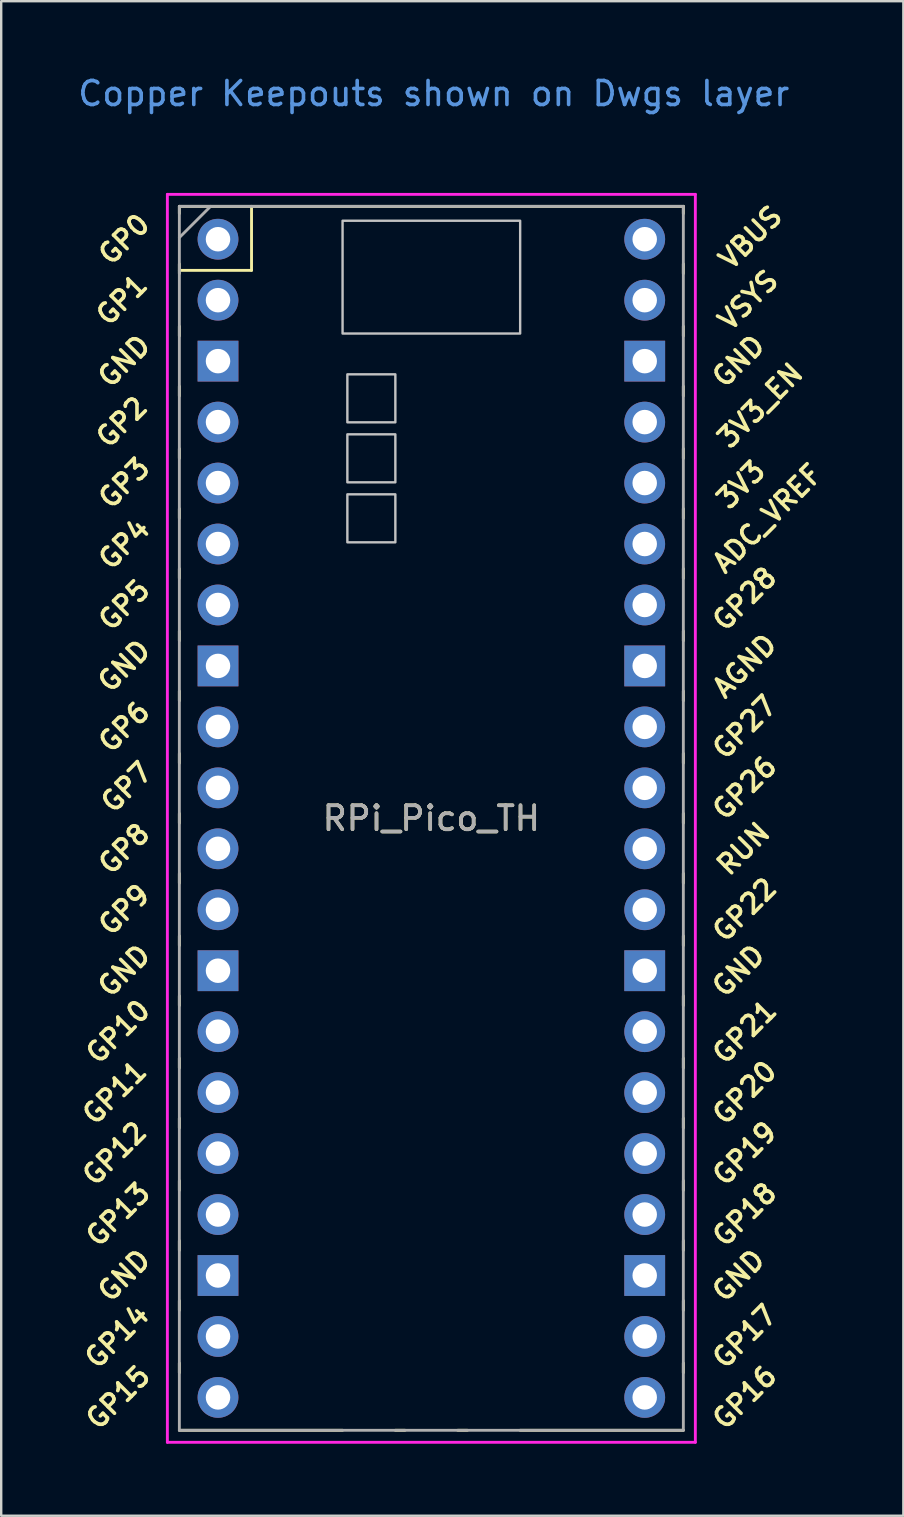
<source format=kicad_pcb>
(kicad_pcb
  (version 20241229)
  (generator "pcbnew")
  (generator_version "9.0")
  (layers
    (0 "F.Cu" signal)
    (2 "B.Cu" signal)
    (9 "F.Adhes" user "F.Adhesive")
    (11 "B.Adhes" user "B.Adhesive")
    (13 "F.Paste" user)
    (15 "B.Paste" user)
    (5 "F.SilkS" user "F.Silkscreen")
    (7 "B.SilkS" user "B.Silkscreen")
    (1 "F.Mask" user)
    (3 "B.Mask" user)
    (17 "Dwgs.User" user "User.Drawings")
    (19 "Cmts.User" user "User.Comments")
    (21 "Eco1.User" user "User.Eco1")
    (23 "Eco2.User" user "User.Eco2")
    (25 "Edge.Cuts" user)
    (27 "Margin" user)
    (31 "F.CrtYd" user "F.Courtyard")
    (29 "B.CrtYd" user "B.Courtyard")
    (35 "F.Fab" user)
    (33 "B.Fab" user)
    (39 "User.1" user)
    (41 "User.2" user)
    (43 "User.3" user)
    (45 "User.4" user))
  (footprint "RPi_Pico_TH"
    (layer "F.Cu")
    (at 14.924 31.048)
    (property "Reference" "RPi_Pico_TH" (at 0 0 0) (layer "F.SilkS") (effects (font (size 1 1) (thickness 0.15))))
    (attr through_hole)
    (fp_line (start -10.5 -25.5) (end -10.5 -25.2) (stroke (width 0.12) (type solid)) (layer "F.SilkS"))
    (fp_line (start -10.5 -25.5) (end 10.5 -25.5) (stroke (width 0.12) (type solid)) (layer "F.SilkS"))
    (fp_line (start -10.5 -23.1) (end -10.5 -22.7) (stroke (width 0.12) (type solid)) (layer "F.SilkS"))
    (fp_line (start -10.5 -22.833) (end -7.493 -22.833) (stroke (width 0.12) (type solid)) (layer "F.SilkS"))
    (fp_line (start -10.5 -20.5) (end -10.5 -20.1) (stroke (width 0.12) (type solid)) (layer "F.SilkS"))
    (fp_line (start -10.5 -18) (end -10.5 -17.6) (stroke (width 0.12) (type solid)) (layer "F.SilkS"))
    (fp_line (start -10.5 -15.4) (end -10.5 -15) (stroke (width 0.12) (type solid)) (layer "F.SilkS"))
    (fp_line (start -10.5 -12.9) (end -10.5 -12.5) (stroke (width 0.12) (type solid)) (layer "F.SilkS"))
    (fp_line (start -10.5 -10.4) (end -10.5 -10) (stroke (width 0.12) (type solid)) (layer "F.SilkS"))
    (fp_line (start -10.5 -7.8) (end -10.5 -7.4) (stroke (width 0.12) (type solid)) (layer "F.SilkS"))
    (fp_line (start -10.5 -5.3) (end -10.5 -4.9) (stroke (width 0.12) (type solid)) (layer "F.SilkS"))
    (fp_line (start -10.5 -2.7) (end -10.5 -2.3) (stroke (width 0.12) (type solid)) (layer "F.SilkS"))
    (fp_line (start -10.5 -0.2) (end -10.5 0.2) (stroke (width 0.12) (type solid)) (layer "F.SilkS"))
    (fp_line (start -10.5 2.3) (end -10.5 2.7) (stroke (width 0.12) (type solid)) (layer "F.SilkS"))
    (fp_line (start -10.5 4.9) (end -10.5 5.3) (stroke (width 0.12) (type solid)) (layer "F.SilkS"))
    (fp_line (start -10.5 7.4) (end -10.5 7.8) (stroke (width 0.12) (type solid)) (layer "F.SilkS"))
    (fp_line (start -10.5 10) (end -10.5 10.4) (stroke (width 0.12) (type solid)) (layer "F.SilkS"))
    (fp_line (start -10.5 12.5) (end -10.5 12.9) (stroke (width 0.12) (type solid)) (layer "F.SilkS"))
    (fp_line (start -10.5 15.1) (end -10.5 15.5) (stroke (width 0.12) (type solid)) (layer "F.SilkS"))
    (fp_line (start -10.5 17.6) (end -10.5 18) (stroke (width 0.12) (type solid)) (layer "F.SilkS"))
    (fp_line (start -10.5 20.1) (end -10.5 20.5) (stroke (width 0.12) (type solid)) (layer "F.SilkS"))
    (fp_line (start -10.5 22.7) (end -10.5 23.1) (stroke (width 0.12) (type solid)) (layer "F.SilkS"))
    (fp_line (start -7.493 -22.833) (end -7.493 -25.5) (stroke (width 0.12) (type solid)) (layer "F.SilkS"))
    (fp_line (start -3.7 25.5) (end -10.5 25.5) (stroke (width 0.12) (type solid)) (layer "F.SilkS"))
    (fp_line (start -1.5 25.5) (end -1.1 25.5) (stroke (width 0.12) (type solid)) (layer "F.SilkS"))
    (fp_line (start 1.1 25.5) (end 1.5 25.5) (stroke (width 0.12) (type solid)) (layer "F.SilkS"))
    (fp_line (start 10.5 -25.5) (end 10.5 -25.2) (stroke (width 0.12) (type solid)) (layer "F.SilkS"))
    (fp_line (start 10.5 -23.1) (end 10.5 -22.7) (stroke (width 0.12) (type solid)) (layer "F.SilkS"))
    (fp_line (start 10.5 -20.5) (end 10.5 -20.1) (stroke (width 0.12) (type solid)) (layer "F.SilkS"))
    (fp_line (start 10.5 -18) (end 10.5 -17.6) (stroke (width 0.12) (type solid)) (layer "F.SilkS"))
    (fp_line (start 10.5 -15.4) (end 10.5 -15) (stroke (width 0.12) (type solid)) (layer "F.SilkS"))
    (fp_line (start 10.5 -12.9) (end 10.5 -12.5) (stroke (width 0.12) (type solid)) (layer "F.SilkS"))
    (fp_line (start 10.5 -10.4) (end 10.5 -10) (stroke (width 0.12) (type solid)) (layer "F.SilkS"))
    (fp_line (start 10.5 -7.8) (end 10.5 -7.4) (stroke (width 0.12) (type solid)) (layer "F.SilkS"))
    (fp_line (start 10.5 -5.3) (end 10.5 -4.9) (stroke (width 0.12) (type solid)) (layer "F.SilkS"))
    (fp_line (start 10.5 -2.7) (end 10.5 -2.3) (stroke (width 0.12) (type solid)) (layer "F.SilkS"))
    (fp_line (start 10.5 -0.2) (end 10.5 0.2) (stroke (width 0.12) (type solid)) (layer "F.SilkS"))
    (fp_line (start 10.5 2.3) (end 10.5 2.7) (stroke (width 0.12) (type solid)) (layer "F.SilkS"))
    (fp_line (start 10.5 4.9) (end 10.5 5.3) (stroke (width 0.12) (type solid)) (layer "F.SilkS"))
    (fp_line (start 10.5 7.4) (end 10.5 7.8) (stroke (width 0.12) (type solid)) (layer "F.SilkS"))
    (fp_line (start 10.5 10) (end 10.5 10.4) (stroke (width 0.12) (type solid)) (layer "F.SilkS"))
    (fp_line (start 10.5 12.5) (end 10.5 12.9) (stroke (width 0.12) (type solid)) (layer "F.SilkS"))
    (fp_line (start 10.5 15.1) (end 10.5 15.5) (stroke (width 0.12) (type solid)) (layer "F.SilkS"))
    (fp_line (start 10.5 17.6) (end 10.5 18) (stroke (width 0.12) (type solid)) (layer "F.SilkS"))
    (fp_line (start 10.5 20.1) (end 10.5 20.5) (stroke (width 0.12) (type solid)) (layer "F.SilkS"))
    (fp_line (start 10.5 22.7) (end 10.5 23.1) (stroke (width 0.12) (type solid)) (layer "F.SilkS"))
    (fp_line (start 10.5 25.5) (end 3.7 25.5) (stroke (width 0.12) (type solid)) (layer "F.SilkS"))
    (fp_poly (pts (xy -1.5 -16.5) (xy -3.5 -16.5) (xy -3.5 -18.5) (xy -1.5 -18.5)) (stroke (width 0.1) (type solid)) (fill no) (layer "Dwgs.User"))
    (fp_poly (pts (xy -1.5 -14) (xy -3.5 -14) (xy -3.5 -16) (xy -1.5 -16)) (stroke (width 0.1) (type solid)) (fill no) (layer "Dwgs.User"))
    (fp_poly (pts (xy -1.5 -11.5) (xy -3.5 -11.5) (xy -3.5 -13.5) (xy -1.5 -13.5)) (stroke (width 0.1) (type solid)) (fill no) (layer "Dwgs.User"))
    (fp_poly (pts (xy 3.7 -20.2) (xy -3.7 -20.2) (xy -3.7 -24.9) (xy 3.7 -24.9)) (stroke (width 0.1) (type solid)) (fill no) (layer "Dwgs.User"))
    (fp_line (start -11 -26) (end 11 -26) (stroke (width 0.12) (type solid)) (layer "F.CrtYd"))
    (fp_line (start -11 26) (end -11 -26) (stroke (width 0.12) (type solid)) (layer "F.CrtYd"))
    (fp_line (start 11 -26) (end 11 26) (stroke (width 0.12) (type solid)) (layer "F.CrtYd"))
    (fp_line (start 11 26) (end -11 26) (stroke (width 0.12) (type solid)) (layer "F.CrtYd"))
    (fp_line (start -10.5 -25.5) (end 10.5 -25.5) (stroke (width 0.12) (type solid)) (layer "F.Fab"))
    (fp_line (start -10.5 -24.2) (end -9.2 -25.5) (stroke (width 0.12) (type solid)) (layer "F.Fab"))
    (fp_line (start -10.5 25.5) (end -10.5 -25.5) (stroke (width 0.12) (type solid)) (layer "F.Fab"))
    (fp_line (start 10.5 -25.5) (end 10.5 25.5) (stroke (width 0.12) (type solid)) (layer "F.Fab"))
    (fp_line (start 10.5 25.5) (end -10.5 25.5) (stroke (width 0.12) (type solid)) (layer "F.Fab"))
    (fp_text user "GP12" (at -13.2 13.97 45) (layer "F.SilkS") (effects (font (size 0.8 0.8) (thickness 0.15))))
    (fp_text user "GND" (at 12.8 19.05 45) (layer "F.SilkS") (effects (font (size 0.8 0.8) (thickness 0.15))))
    (fp_text user "GND" (at -12.8 -6.35 45) (layer "F.SilkS") (effects (font (size 0.8 0.8) (thickness 0.15))))
    (fp_text user "GP19" (at 13.054 13.97 45) (layer "F.SilkS") (effects (font (size 0.8 0.8) (thickness 0.15))))
    (fp_text user "GP14" (at -13.1 21.59 45) (layer "F.SilkS") (effects (font (size 0.8 0.8) (thickness 0.15))))
    (fp_text user "GND" (at -12.8 -19.05 45) (layer "F.SilkS") (effects (font (size 0.8 0.8) (thickness 0.15))))
    (fp_text user "GP26" (at 13.054 -1.27 45) (layer "F.SilkS") (effects (font (size 0.8 0.8) (thickness 0.15))))
    (fp_text user "GP8" (at -12.8 1.27 45) (layer "F.SilkS") (effects (font (size 0.8 0.8) (thickness 0.15))))
    (fp_text user "GP9" (at -12.8 3.81 45) (layer "F.SilkS") (effects (font (size 0.8 0.8) (thickness 0.15))))
    (fp_text user "GP3" (at -12.8 -13.97 45) (layer "F.SilkS") (effects (font (size 0.8 0.8) (thickness 0.15))))
    (fp_text user "GP15" (at -13.054 24.13 45) (layer "F.SilkS") (effects (font (size 0.8 0.8) (thickness 0.15))))
    (fp_text user "GP22" (at 13.054 3.81 45) (layer "F.SilkS") (effects (font (size 0.8 0.8) (thickness 0.15))))
    (fp_text user "RUN" (at 13 1.27 45) (layer "F.SilkS") (effects (font (size 0.8 0.8) (thickness 0.15))))
    (fp_text user "GND" (at 12.8 -19.05 45) (layer "F.SilkS") (effects (font (size 0.8 0.8) (thickness 0.15))))
    (fp_text user "GP6" (at -12.8 -3.81 45) (layer "F.SilkS") (effects (font (size 0.8 0.8) (thickness 0.15))))
    (fp_text user "GP17" (at 13.054 21.59 45) (layer "F.SilkS") (effects (font (size 0.8 0.8) (thickness 0.15))))
    (fp_text user "GP4" (at -12.8 -11.43 45) (layer "F.SilkS") (effects (font (size 0.8 0.8) (thickness 0.15))))
    (fp_text user "GND" (at -12.8 6.35 45) (layer "F.SilkS") (effects (font (size 0.8 0.8) (thickness 0.15))))
    (fp_text user "GND" (at -12.8 19.05 45) (layer "F.SilkS") (effects (font (size 0.8 0.8) (thickness 0.15))))
    (fp_text user "AGND" (at 13.054 -6.35 45) (layer "F.SilkS") (effects (font (size 0.8 0.8) (thickness 0.15))))
    (fp_text user "GP13" (at -13.054 16.51 45) (layer "F.SilkS") (effects (font (size 0.8 0.8) (thickness 0.15))))
    (fp_text user "3V3_EN" (at 13.7 -17.2 45) (layer "F.SilkS") (effects (font (size 0.8 0.8) (thickness 0.15))))
    (fp_text user "GP7" (at -12.7 -1.3 45) (layer "F.SilkS") (effects (font (size 0.8 0.8) (thickness 0.15))))
    (fp_text user "GP28" (at 13.054 -9.144 45) (layer "F.SilkS") (effects (font (size 0.8 0.8) (thickness 0.15))))
    (fp_text user "GP27" (at 13.054 -3.8 45) (layer "F.SilkS") (effects (font (size 0.8 0.8) (thickness 0.15))))
    (fp_text user "GP2" (at -12.9 -16.51 45) (layer "F.SilkS") (effects (font (size 0.8 0.8) (thickness 0.15))))
    (fp_text user "3V3" (at 12.9 -13.9 45) (layer "F.SilkS") (effects (font (size 0.8 0.8) (thickness 0.15))))
    (fp_text user "GP11" (at -13.2 11.43 45) (layer "F.SilkS") (effects (font (size 0.8 0.8) (thickness 0.15))))
    (fp_text user "GP21" (at 13.054 8.9 45) (layer "F.SilkS") (effects (font (size 0.8 0.8) (thickness 0.15))))
    (fp_text user "GP18" (at 13.054 16.51 45) (layer "F.SilkS") (effects (font (size 0.8 0.8) (thickness 0.15))))
    (fp_text user "GP10" (at -13.054 8.89 45) (layer "F.SilkS") (effects (font (size 0.8 0.8) (thickness 0.15))))
    (fp_text user "ADC_VREF" (at 14 -12.5 45) (layer "F.SilkS") (effects (font (size 0.8 0.8) (thickness 0.15))))
    (fp_text user "GP5" (at -12.8 -8.89 45) (layer "F.SilkS") (effects (font (size 0.8 0.8) (thickness 0.15))))
    (fp_text user "GP20" (at 13.054 11.43 45) (layer "F.SilkS") (effects (font (size 0.8 0.8) (thickness 0.15))))
    (fp_text user "VSYS" (at 13.2 -21.59 45) (layer "F.SilkS") (effects (font (size 0.8 0.8) (thickness 0.15))))
    (fp_text user "GP16" (at 13.054 24.13 45) (layer "F.SilkS") (effects (font (size 0.8 0.8) (thickness 0.15))))
    (fp_text user "VBUS" (at 13.3 -24.2 45) (layer "F.SilkS") (effects (font (size 0.8 0.8) (thickness 0.15))))
    (fp_text user "GP0" (at -12.8 -24.13 45) (layer "F.SilkS") (effects (font (size 0.8 0.8) (thickness 0.15))))
    (fp_text user "GND" (at 12.8 6.35 45) (layer "F.SilkS") (effects (font (size 0.8 0.8) (thickness 0.15))))
    (fp_text user "GP1" (at -12.9 -21.6 45) (layer "F.SilkS") (effects (font (size 0.8 0.8) (thickness 0.15))))
    (fp_text user "Copper Keepouts shown on Dwgs layer" (at 0.1 -30.2 0) (layer "Cmts.User") (effects (font (size 1 1) (thickness 0.15))))
    (fp_text user "${REFERENCE}" (at 0 0 180) (layer "F.Fab") (effects (font (size 1 1) (thickness 0.15))))
    (pad "1" thru_hole oval (at -8.89 -24.13) (size 1.7 1.7) (drill 1.02) (layers "*.Cu" "*.Mask"))
    (pad "2" thru_hole oval (at -8.89 -21.59) (size 1.7 1.7) (drill 1.02) (layers "*.Cu" "*.Mask"))
    (pad "3" thru_hole rect (at -8.89 -19.05) (size 1.7 1.7) (drill 1.02) (layers "*.Cu" "*.Mask"))
    (pad "4" thru_hole oval (at -8.89 -16.51) (size 1.7 1.7) (drill 1.02) (layers "*.Cu" "*.Mask"))
    (pad "5" thru_hole oval (at -8.89 -13.97) (size 1.7 1.7) (drill 1.02) (layers "*.Cu" "*.Mask"))
    (pad "6" thru_hole oval (at -8.89 -11.43) (size 1.7 1.7) (drill 1.02) (layers "*.Cu" "*.Mask"))
    (pad "7" thru_hole oval (at -8.89 -8.89) (size 1.7 1.7) (drill 1.02) (layers "*.Cu" "*.Mask"))
    (pad "8" thru_hole rect (at -8.89 -6.35) (size 1.7 1.7) (drill 1.02) (layers "*.Cu" "*.Mask"))
    (pad "9" thru_hole oval (at -8.89 -3.81) (size 1.7 1.7) (drill 1.02) (layers "*.Cu" "*.Mask"))
    (pad "10" thru_hole oval (at -8.89 -1.27) (size 1.7 1.7) (drill 1.02) (layers "*.Cu" "*.Mask"))
    (pad "11" thru_hole oval (at -8.89 1.27) (size 1.7 1.7) (drill 1.02) (layers "*.Cu" "*.Mask"))
    (pad "12" thru_hole oval (at -8.89 3.81) (size 1.7 1.7) (drill 1.02) (layers "*.Cu" "*.Mask"))
    (pad "13" thru_hole rect (at -8.89 6.35) (size 1.7 1.7) (drill 1.02) (layers "*.Cu" "*.Mask"))
    (pad "14" thru_hole oval (at -8.89 8.89) (size 1.7 1.7) (drill 1.02) (layers "*.Cu" "*.Mask"))
    (pad "15" thru_hole oval (at -8.89 11.43) (size 1.7 1.7) (drill 1.02) (layers "*.Cu" "*.Mask"))
    (pad "16" thru_hole oval (at -8.89 13.97) (size 1.7 1.7) (drill 1.02) (layers "*.Cu" "*.Mask"))
    (pad "17" thru_hole oval (at -8.89 16.51) (size 1.7 1.7) (drill 1.02) (layers "*.Cu" "*.Mask"))
    (pad "18" thru_hole rect (at -8.89 19.05) (size 1.7 1.7) (drill 1.02) (layers "*.Cu" "*.Mask"))
    (pad "19" thru_hole oval (at -8.89 21.59) (size 1.7 1.7) (drill 1.02) (layers "*.Cu" "*.Mask"))
    (pad "20" thru_hole oval (at -8.89 24.13) (size 1.7 1.7) (drill 1.02) (layers "*.Cu" "*.Mask"))
    (pad "21" thru_hole oval (at 8.89 24.13) (size 1.7 1.7) (drill 1.02) (layers "*.Cu" "*.Mask"))
    (pad "22" thru_hole oval (at 8.89 21.59) (size 1.7 1.7) (drill 1.02) (layers "*.Cu" "*.Mask"))
    (pad "23" thru_hole rect (at 8.89 19.05) (size 1.7 1.7) (drill 1.02) (layers "*.Cu" "*.Mask"))
    (pad "24" thru_hole oval (at 8.89 16.51) (size 1.7 1.7) (drill 1.02) (layers "*.Cu" "*.Mask"))
    (pad "25" thru_hole oval (at 8.89 13.97) (size 1.7 1.7) (drill 1.02) (layers "*.Cu" "*.Mask"))
    (pad "26" thru_hole oval (at 8.89 11.43) (size 1.7 1.7) (drill 1.02) (layers "*.Cu" "*.Mask"))
    (pad "27" thru_hole oval (at 8.89 8.89) (size 1.7 1.7) (drill 1.02) (layers "*.Cu" "*.Mask"))
    (pad "28" thru_hole rect (at 8.89 6.35) (size 1.7 1.7) (drill 1.02) (layers "*.Cu" "*.Mask"))
    (pad "29" thru_hole oval (at 8.89 3.81) (size 1.7 1.7) (drill 1.02) (layers "*.Cu" "*.Mask"))
    (pad "30" thru_hole oval (at 8.89 1.27) (size 1.7 1.7) (drill 1.02) (layers "*.Cu" "*.Mask"))
    (pad "31" thru_hole oval (at 8.89 -1.27) (size 1.7 1.7) (drill 1.02) (layers "*.Cu" "*.Mask"))
    (pad "32" thru_hole oval (at 8.89 -3.81) (size 1.7 1.7) (drill 1.02) (layers "*.Cu" "*.Mask"))
    (pad "33" thru_hole rect (at 8.89 -6.35) (size 1.7 1.7) (drill 1.02) (layers "*.Cu" "*.Mask"))
    (pad "34" thru_hole oval (at 8.89 -8.89) (size 1.7 1.7) (drill 1.02) (layers "*.Cu" "*.Mask"))
    (pad "35" thru_hole oval (at 8.89 -11.43) (size 1.7 1.7) (drill 1.02) (layers "*.Cu" "*.Mask"))
    (pad "36" thru_hole oval (at 8.89 -13.97) (size 1.7 1.7) (drill 1.02) (layers "*.Cu" "*.Mask"))
    (pad "37" thru_hole oval (at 8.89 -16.51) (size 1.7 1.7) (drill 1.02) (layers "*.Cu" "*.Mask"))
    (pad "38" thru_hole rect (at 8.89 -19.05) (size 1.7 1.7) (drill 1.02) (layers "*.Cu" "*.Mask"))
    (pad "39" thru_hole oval (at 8.89 -21.59) (size 1.7 1.7) (drill 1.02) (layers "*.Cu" "*.Mask"))
    (pad "40" thru_hole oval (at 8.89 -24.13) (size 1.7 1.7) (drill 1.02) (layers "*.Cu" "*.Mask")))
  (gr_rect
    (start -3 -3)
    (end 34.591 60.108)
    (stroke (width 0.1) (type default))
    (fill no)
    (layer "Edge.Cuts")))
</source>
